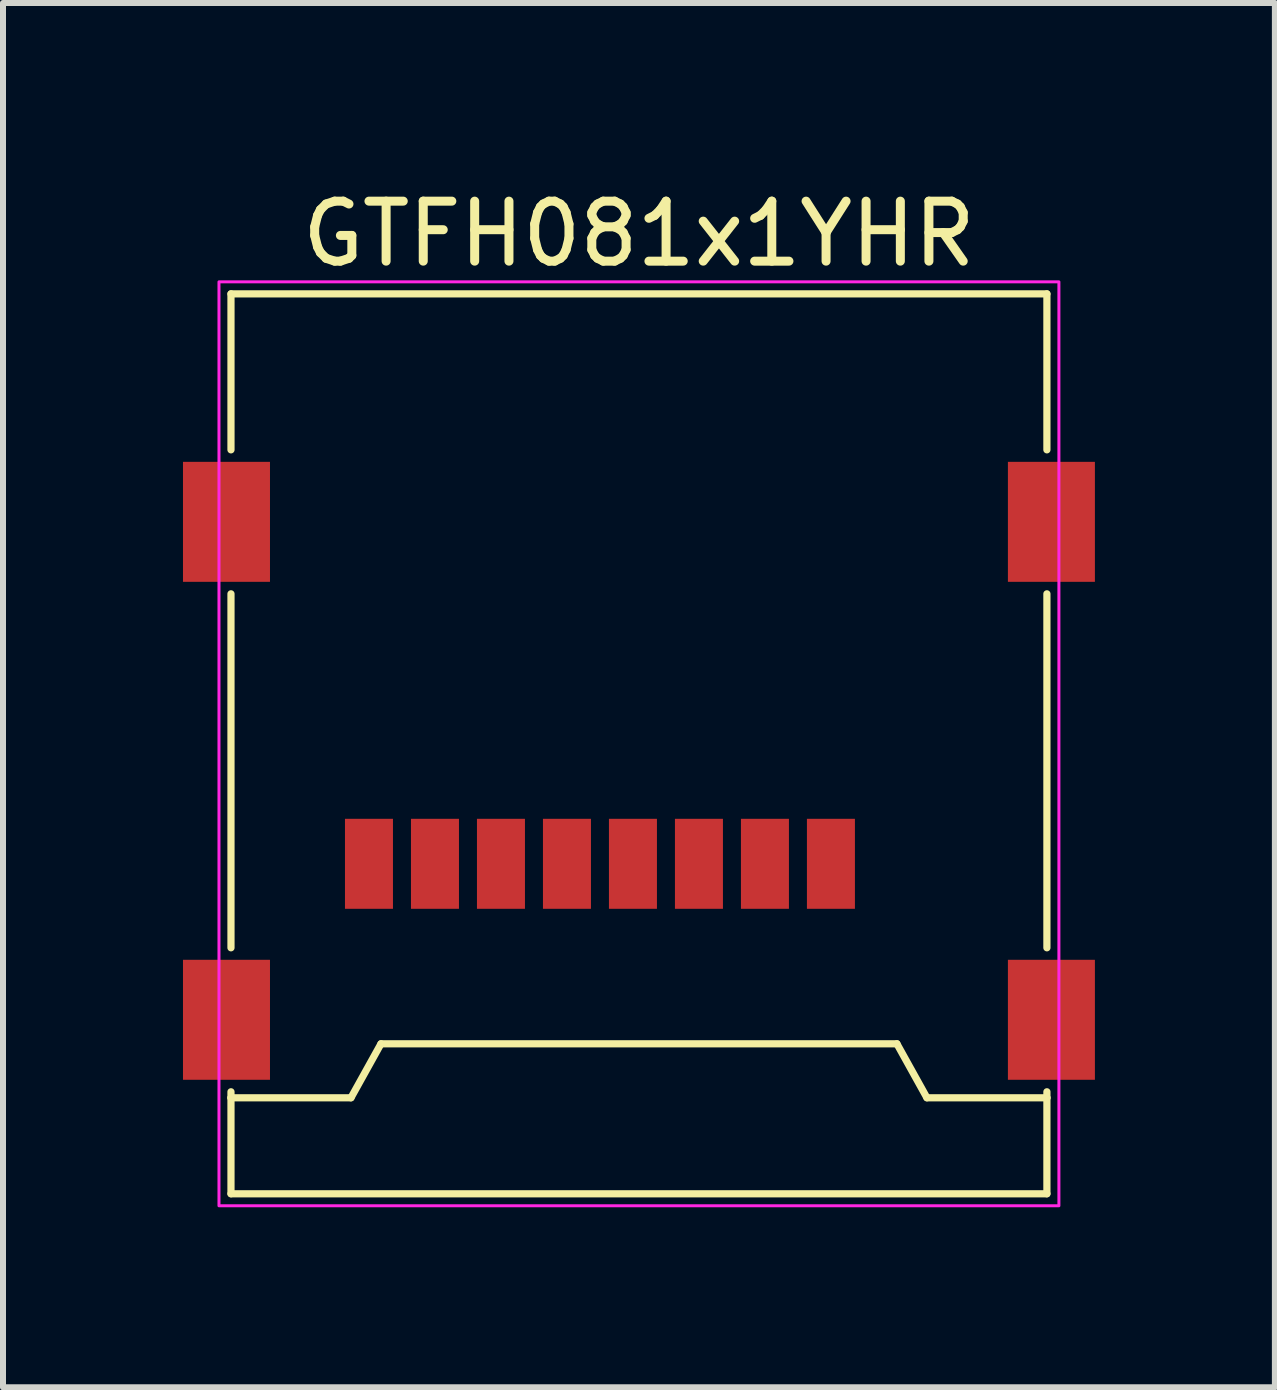
<source format=kicad_pcb>
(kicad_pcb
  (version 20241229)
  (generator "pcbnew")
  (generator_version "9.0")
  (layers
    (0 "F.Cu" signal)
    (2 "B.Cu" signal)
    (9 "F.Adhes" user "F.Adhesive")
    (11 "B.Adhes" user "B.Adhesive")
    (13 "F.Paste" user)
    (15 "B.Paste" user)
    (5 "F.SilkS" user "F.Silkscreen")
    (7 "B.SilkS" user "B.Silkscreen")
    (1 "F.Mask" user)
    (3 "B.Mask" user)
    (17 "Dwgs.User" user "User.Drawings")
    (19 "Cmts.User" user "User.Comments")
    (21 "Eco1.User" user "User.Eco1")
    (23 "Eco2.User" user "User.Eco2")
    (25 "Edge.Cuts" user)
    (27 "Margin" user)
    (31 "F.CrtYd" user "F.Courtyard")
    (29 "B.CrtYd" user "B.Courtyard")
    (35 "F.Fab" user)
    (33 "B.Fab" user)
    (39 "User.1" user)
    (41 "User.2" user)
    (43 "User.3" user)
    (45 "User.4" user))
  (footprint "GTFH081x1YHR"
    (layer "F.Cu")
    (at 7.6 11.348)
    (property "Reference" "GTFH081x1YHR" (at 0 -10.5 0) (unlocked yes) (layer "F.SilkS") (effects (font (size 1 1) (thickness 0.15))))
    (attr smd)
    (fp_line (start -6.8 -9.5) (end -6.8 -6.9) (stroke (width 0.12) (type solid)) (layer "F.SilkS"))
    (fp_line (start -6.8 -9.5) (end 6.8 -9.5) (stroke (width 0.12) (type solid)) (layer "F.SilkS"))
    (fp_line (start -6.8 1.4) (end -6.8 -4.5) (stroke (width 0.12) (type solid)) (layer "F.SilkS"))
    (fp_line (start -6.8 3.9) (end -6.8 3.8) (stroke (width 0.12) (type solid)) (layer "F.SilkS"))
    (fp_line (start -6.8 3.9) (end -6.8 5.5) (stroke (width 0.12) (type solid)) (layer "F.SilkS"))
    (fp_line (start -6.8 3.9) (end -4.8 3.9) (stroke (width 0.12) (type solid)) (layer "F.SilkS"))
    (fp_line (start -6.8 5.5) (end 6.8 5.5) (stroke (width 0.12) (type solid)) (layer "F.SilkS"))
    (fp_line (start -4.8 3.9) (end -4.3 3) (stroke (width 0.12) (type solid)) (layer "F.SilkS"))
    (fp_line (start -4.3 3) (end 4.3 3) (stroke (width 0.12) (type solid)) (layer "F.SilkS"))
    (fp_line (start 4.8 3.9) (end 4.3 3) (stroke (width 0.12) (type solid)) (layer "F.SilkS"))
    (fp_line (start 6.8 -9.5) (end 6.8 -6.9) (stroke (width 0.12) (type solid)) (layer "F.SilkS"))
    (fp_line (start 6.8 -4.5) (end 6.8 1.4) (stroke (width 0.12) (type solid)) (layer "F.SilkS"))
    (fp_line (start 6.8 3.9) (end 4.8 3.9) (stroke (width 0.12) (type solid)) (layer "F.SilkS"))
    (fp_line (start 6.8 3.9) (end 6.8 3.8) (stroke (width 0.12) (type solid)) (layer "F.SilkS"))
    (fp_line (start 6.8 5.5) (end 6.8 3.9) (stroke (width 0.12) (type solid)) (layer "F.SilkS"))
    (fp_rect (start -7 -9.7) (end 7 5.7) (stroke (width 0.05) (type solid)) (fill no) (layer "F.CrtYd"))
    (pad "1" smd rect (at 3.2 0 180) (size 0.8 1.5) (layers "F.Cu" "F.Mask" "F.Paste"))
    (pad "2" smd rect (at 2.1 0 180) (size 0.8 1.5) (layers "F.Cu" "F.Mask" "F.Paste"))
    (pad "3" smd rect (at 1 0 180) (size 0.8 1.5) (layers "F.Cu" "F.Mask" "F.Paste"))
    (pad "4" smd rect (at -0.1 0 180) (size 0.8 1.5) (layers "F.Cu" "F.Mask" "F.Paste"))
    (pad "5" smd rect (at -1.2 0 180) (size 0.8 1.5) (layers "F.Cu" "F.Mask" "F.Paste"))
    (pad "6" smd rect (at -2.3 0 180) (size 0.8 1.5) (layers "F.Cu" "F.Mask" "F.Paste"))
    (pad "7" smd rect (at -3.4 0 180) (size 0.8 1.5) (layers "F.Cu" "F.Mask" "F.Paste"))
    (pad "8" smd rect (at -4.5 0 180) (size 0.8 1.5) (layers "F.Cu" "F.Mask" "F.Paste"))
    (pad "9" smd rect (at -6.875 -5.7) (size 1.45 2) (layers "F.Cu" "F.Mask" "F.Paste"))
    (pad "9" smd rect (at -6.875 2.6) (size 1.45 2) (layers "F.Cu" "F.Mask" "F.Paste"))
    (pad "9" smd rect (at 6.875 -5.7) (size 1.45 2) (layers "F.Cu" "F.Mask" "F.Paste"))
    (pad "9" smd rect (at 6.875 2.6) (size 1.45 2) (layers "F.Cu" "F.Mask" "F.Paste")))
  (gr_rect
    (start -3 -3)
    (end 18.2 20.073)
    (stroke (width 0.1) (type default))
    (fill no)
    (layer "Edge.Cuts")))
</source>
